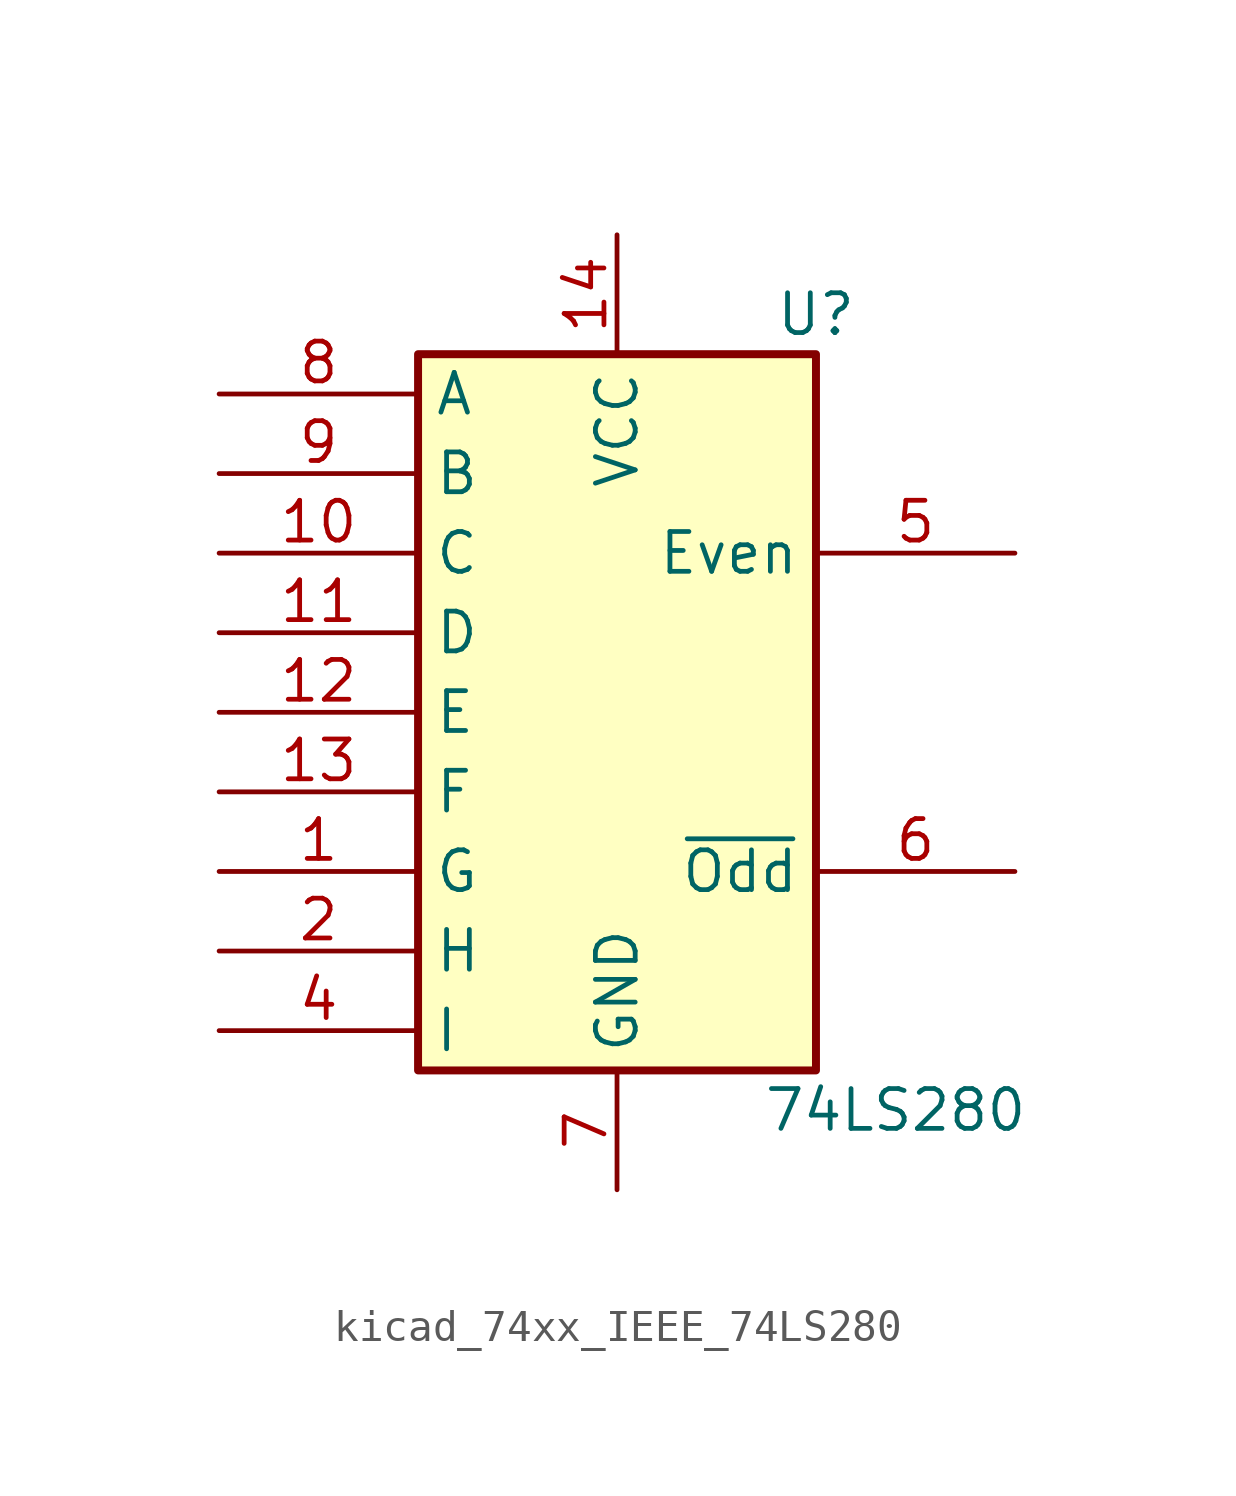
<source format=kicad_sym>
(kicad_symbol_lib
  (version 20220914)
  (generator kicad_symbol_editor)
  (symbol "kicad_74xx_IEEE_74LS280"
    (property "Reference" "U"
      (at 6.35 12.7 0)
      (effects (font (size 1.27 1.27))))
    (property "Value" "74LS280"
      (at 8.89 -12.7 0)
      (effects (font (size 1.27 1.27))))
    (symbol "kicad_74xx_IEEE_74LS280_0_0"
      (rectangle (start -6.35 11.43) (end 6.35 -11.43) (stroke (width 0.254) (type default)) (fill (type background)))
      (pin power_in line (at 0 15.24 270) (length 3.81) (name "VCC" (effects (font (size 1.27 1.27)))) (number "14" (effects (font (size 1.27 1.27)))))
      (pin power_in line (at 0 -15.24 90) (length 3.81) (name "GND" (effects (font (size 1.27 1.27)))) (number "7" (effects (font (size 1.27 1.27))))))
    (symbol "kicad_74xx_IEEE_74LS280_1_1"
      (pin input line (at -12.7 -5.08 0) (length 6.35) (name "G" (effects (font (size 1.27 1.27)))) (number "1" (effects (font (size 1.27 1.27)))))
      (pin input line (at -12.7 5.08 0) (length 6.35) (name "C" (effects (font (size 1.27 1.27)))) (number "10" (effects (font (size 1.27 1.27)))))
      (pin input line (at -12.7 2.54 0) (length 6.35) (name "D" (effects (font (size 1.27 1.27)))) (number "11" (effects (font (size 1.27 1.27)))))
      (pin input line (at -12.7 0 0) (length 6.35) (name "E" (effects (font (size 1.27 1.27)))) (number "12" (effects (font (size 1.27 1.27)))))
      (pin input line (at -12.7 -2.54 0) (length 6.35) (name "F" (effects (font (size 1.27 1.27)))) (number "13" (effects (font (size 1.27 1.27)))))
      (pin input line (at -12.7 -7.62 0) (length 6.35) (name "H" (effects (font (size 1.27 1.27)))) (number "2" (effects (font (size 1.27 1.27)))))
      (pin input line (at -12.7 -10.16 0) (length 6.35) (name "I" (effects (font (size 1.27 1.27)))) (number "4" (effects (font (size 1.27 1.27)))))
      (pin output line (at 12.7 5.08 180) (length 6.35) (name "Even" (effects (font (size 1.27 1.27)))) (number "5" (effects (font (size 1.27 1.27)))))
      (pin output line (at 12.7 -5.08 180) (length 6.35) (name "~{Odd}" (effects (font (size 1.27 1.27)))) (number "6" (effects (font (size 1.27 1.27)))))
      (pin input line (at -12.7 10.16 0) (length 6.35) (name "A" (effects (font (size 1.27 1.27)))) (number "8" (effects (font (size 1.27 1.27)))))
      (pin input line (at -12.7 7.62 0) (length 6.35) (name "B" (effects (font (size 1.27 1.27)))) (number "9" (effects (font (size 1.27 1.27))))))))
</source>
